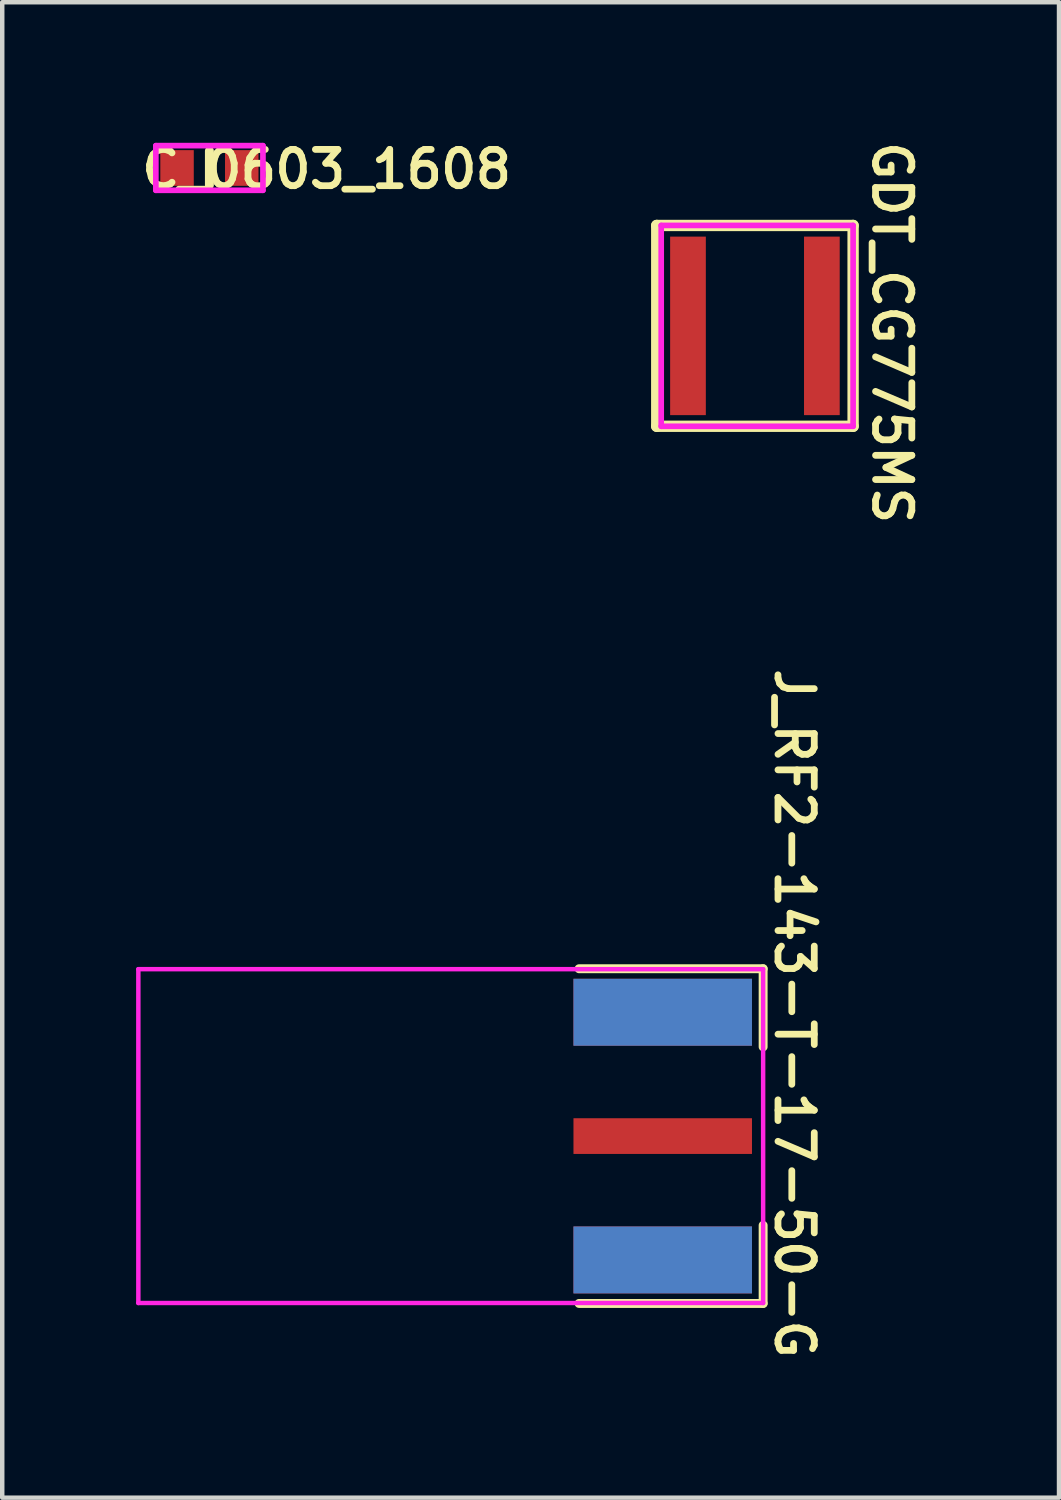
<source format=kicad_pcb>
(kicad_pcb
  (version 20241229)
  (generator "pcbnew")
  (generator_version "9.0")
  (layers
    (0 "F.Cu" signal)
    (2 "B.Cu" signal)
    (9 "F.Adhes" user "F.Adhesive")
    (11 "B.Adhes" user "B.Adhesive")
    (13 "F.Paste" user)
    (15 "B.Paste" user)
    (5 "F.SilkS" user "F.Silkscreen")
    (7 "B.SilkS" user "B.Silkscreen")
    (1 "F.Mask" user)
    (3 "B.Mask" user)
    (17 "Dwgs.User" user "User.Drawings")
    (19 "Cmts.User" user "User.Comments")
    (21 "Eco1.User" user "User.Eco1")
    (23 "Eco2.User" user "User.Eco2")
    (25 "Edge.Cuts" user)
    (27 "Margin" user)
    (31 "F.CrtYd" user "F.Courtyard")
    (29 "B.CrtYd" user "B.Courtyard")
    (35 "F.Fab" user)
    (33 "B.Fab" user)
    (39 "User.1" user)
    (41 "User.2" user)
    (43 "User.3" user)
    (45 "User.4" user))
  (footprint "J_RF2-143-T-17-50-G"
    (layer "F.Cu")
    (at 9.8 22.407)
    (property "Reference" "J_RF2-143-T-17-50-G" (at 4.951 -2.748 270) (unlocked yes) (layer "F.SilkS") (effects (font (size 0.813 0.813) (thickness 0.152))))
    (attr smd)
    (fp_line (start 0.125 -3.75) (end 4.25 -3.75) (stroke (width 0.2) (type solid)) (layer "F.SilkS"))
    (fp_line (start 0.125 3.75) (end 4.25 3.75) (stroke (width 0.2) (type solid)) (layer "F.SilkS"))
    (fp_line (start 4.25 -3.75) (end 4.25 -2) (stroke (width 0.2) (type solid)) (layer "F.SilkS"))
    (fp_line (start 4.25 2) (end 4.25 3.75) (stroke (width 0.2) (type solid)) (layer "F.SilkS"))
    (fp_line (start -9.75 -3.74) (end -9.75 3.74) (stroke (width 0.1) (type solid)) (layer "F.CrtYd"))
    (fp_line (start -9.75 -3.74) (end 4.25 -3.74) (stroke (width 0.1) (type solid)) (layer "F.CrtYd"))
    (fp_line (start -9.75 3.74) (end 4.25 3.74) (stroke (width 0.1) (type solid)) (layer "F.CrtYd"))
    (fp_line (start 4.25 -3.74) (end 4.25 3.74) (stroke (width 0.1) (type solid)) (layer "F.CrtYd"))
    (pad "1" smd rect (at 2 0) (size 4 0.8) (layers "F.Cu" "F.Mask"))
    (pad "2" smd rect (at 2 -2.775) (size 4 1.5) (layers "F.Cu" "F.Mask"))
    (pad "2" smd rect (at 2 -2.775) (size 4 1.5) (layers "B.Cu" "B.Mask"))
    (pad "2" smd rect (at 2 2.775) (size 4 1.5) (layers "F.Cu" "F.Mask"))
    (pad "2" smd rect (at 2 2.775) (size 4 1.5) (layers "B.Cu" "B.Mask")))
  (footprint "C_0603_1608"
    (layer "F.Cu")
    (at 1.642 0.714)
    (property "Reference" "C_0603_1608" (at 2.627 0.029 0) (unlocked yes) (layer "F.SilkS") (effects (font (size 0.813 0.813) (thickness 0.152))))
    (attr smd)
    (fp_line (start 0 0.381) (end 0 -0.381) (stroke (width 0.2) (type solid)) (layer "F.SilkS"))
    (fp_line (start -1.2 -0.5) (end 1.2 -0.5) (stroke (width 0.127) (type solid)) (layer "F.CrtYd"))
    (fp_line (start -1.2 0.5) (end -1.2 -0.5) (stroke (width 0.127) (type solid)) (layer "F.CrtYd"))
    (fp_line (start -1.2 0.5) (end 1.2 0.5) (stroke (width 0.127) (type solid)) (layer "F.CrtYd"))
    (fp_line (start 1.2 0.5) (end 1.2 -0.5) (stroke (width 0.127) (type solid)) (layer "F.CrtYd"))
    (pad "1" smd rect (at -0.725 0 90) (size 0.8 0.75) (layers "F.Cu" "F.Mask" "F.Paste"))
    (pad "2" smd rect (at 0.725 0 90) (size 0.8 0.75) (layers "F.Cu" "F.Mask" "F.Paste")))
  (footprint "GDT_CG775MS"
    (layer "F.Cu")
    (at 13.866 4.252)
    (property "Reference" "GDT_CG775MS" (at 3.071 0.152 270) (unlocked yes) (layer "F.SilkS") (effects (font (size 0.813 0.813) (thickness 0.152))))
    (attr smd)
    (fp_line (start -2.2 -2.25) (end -2.2 2.25) (stroke (width 0.254) (type solid)) (layer "F.SilkS"))
    (fp_line (start 2.2 -2.25) (end -2.2 -2.25) (stroke (width 0.254) (type solid)) (layer "F.SilkS"))
    (fp_line (start 2.2 -2.25) (end 2.2 2.25) (stroke (width 0.254) (type solid)) (layer "F.SilkS"))
    (fp_line (start 2.2 2.25) (end -2.2 2.25) (stroke (width 0.254) (type solid)) (layer "F.SilkS"))
    (fp_line (start -2.1 -2.25) (end -2.1 2.25) (stroke (width 0.127) (type solid)) (layer "F.CrtYd"))
    (fp_line (start 2.2 -2.25) (end -2.1 -2.25) (stroke (width 0.127) (type solid)) (layer "F.CrtYd"))
    (fp_line (start 2.2 -2.25) (end 2.2 2.25) (stroke (width 0.127) (type solid)) (layer "F.CrtYd"))
    (fp_line (start 2.2 2.25) (end -2.1 2.25) (stroke (width 0.127) (type solid)) (layer "F.CrtYd"))
    (pad "1" smd rect (at -1.5 0) (size 0.8 4) (layers "F.Cu" "F.Mask" "F.Paste"))
    (pad "2" smd rect (at 1.5 0) (size 0.8 4) (layers "F.Cu" "F.Mask" "F.Paste")))
  (gr_rect
    (start -3 -3)
    (end 20.68 30.509)
    (stroke (width 0.1) (type default))
    (fill no)
    (layer "Edge.Cuts")))
</source>
